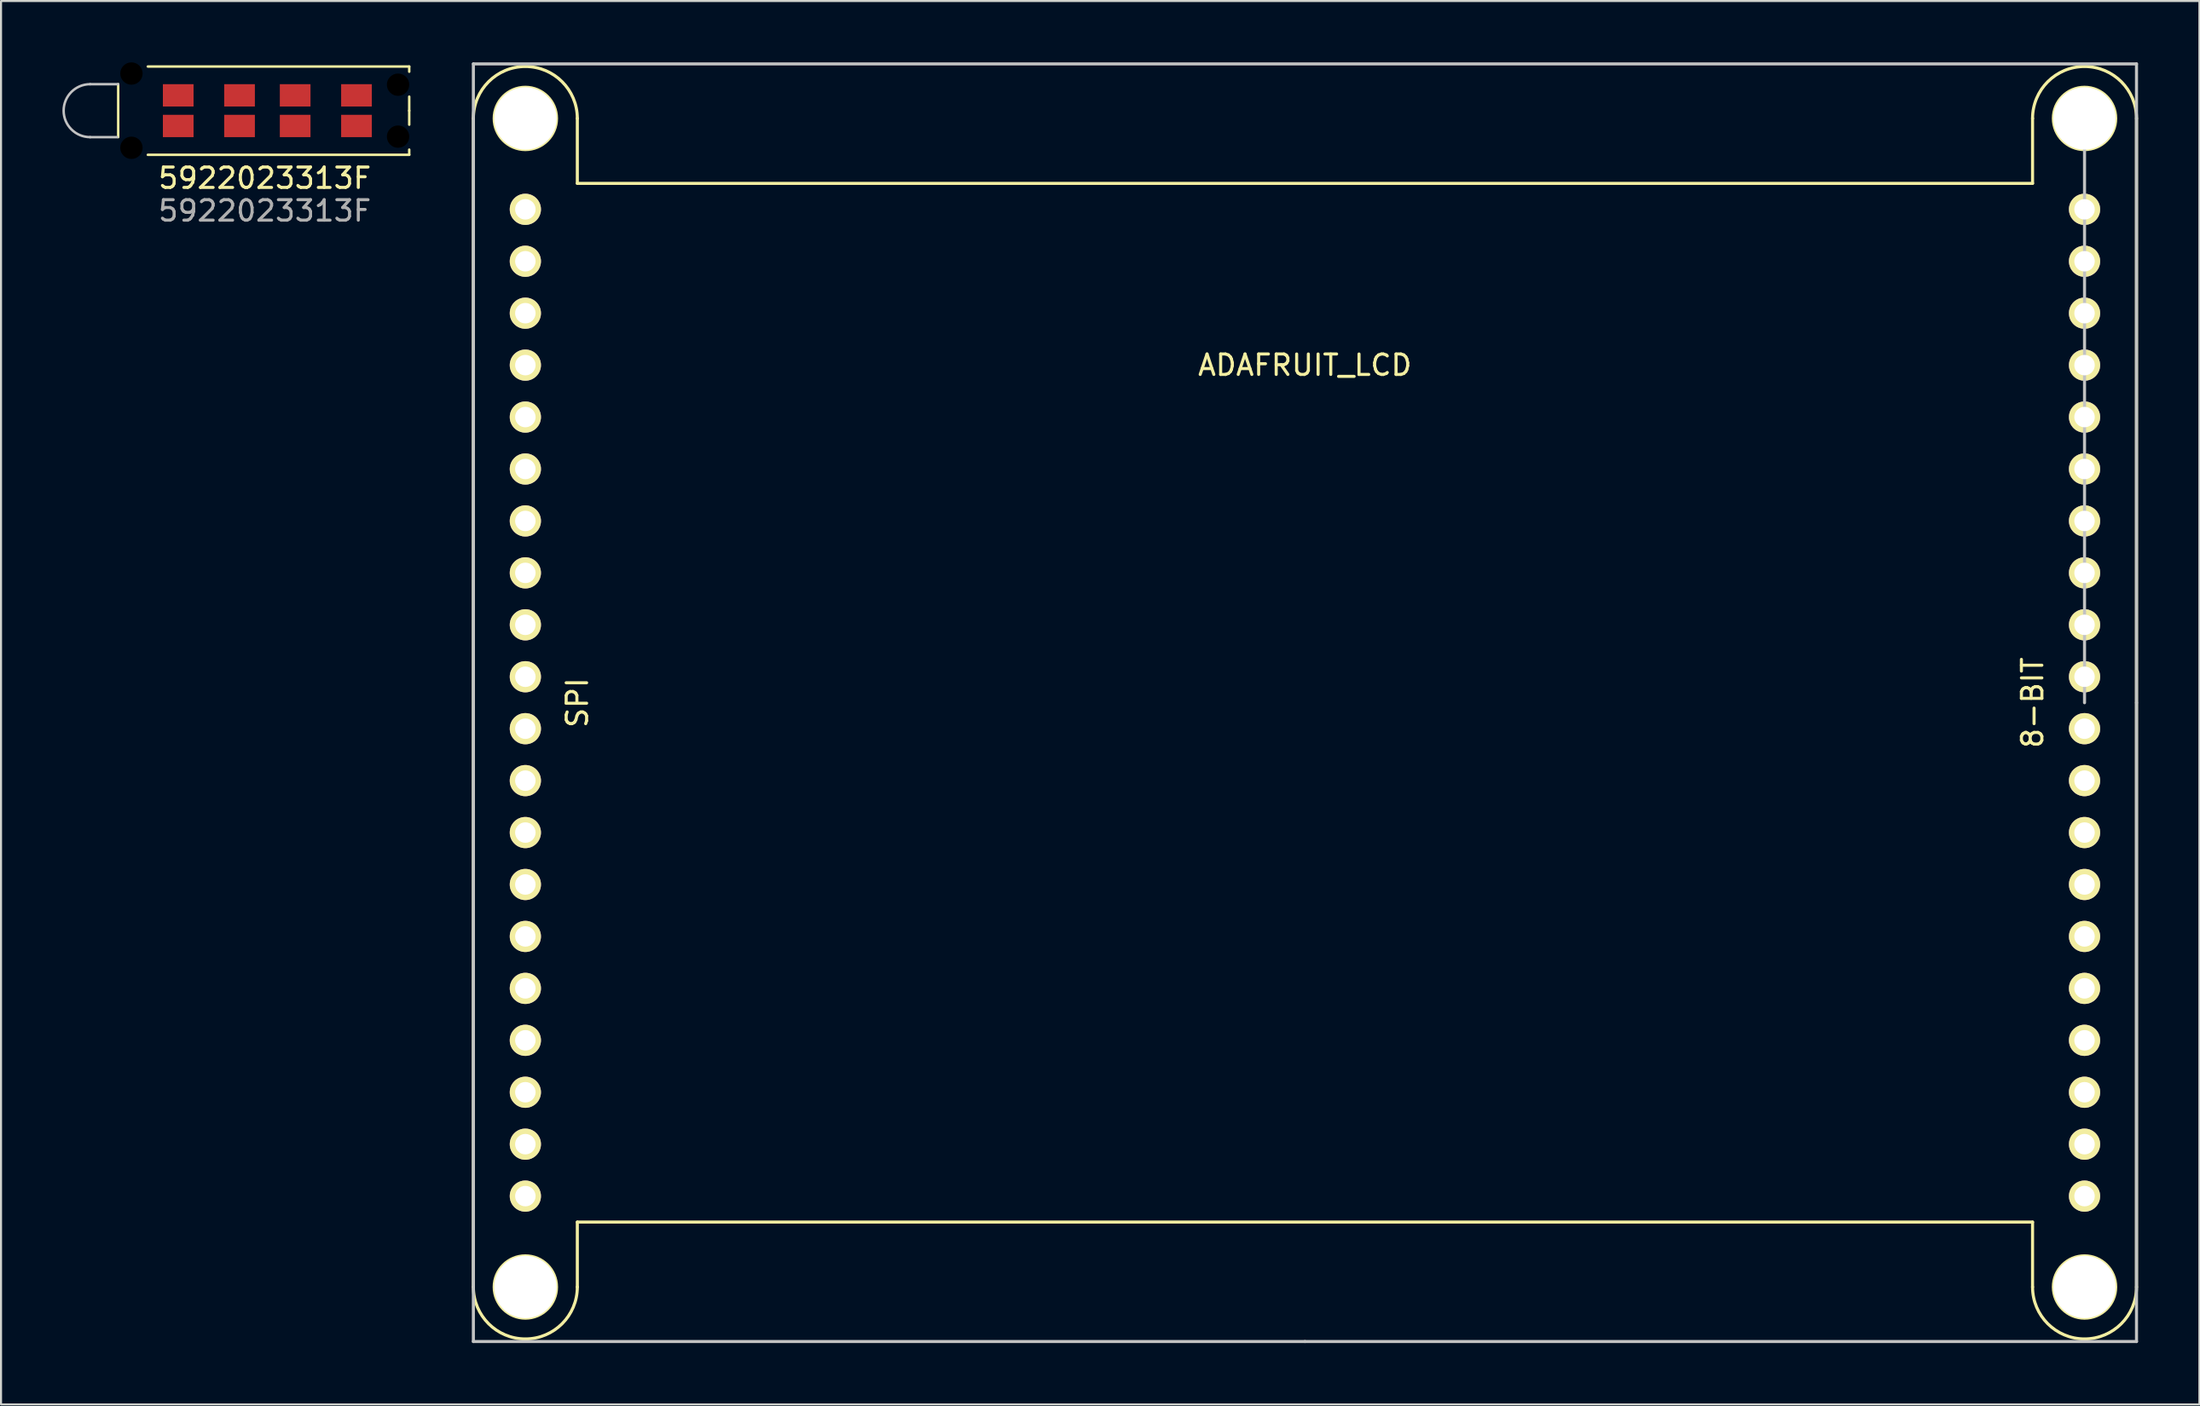
<source format=kicad_pcb>
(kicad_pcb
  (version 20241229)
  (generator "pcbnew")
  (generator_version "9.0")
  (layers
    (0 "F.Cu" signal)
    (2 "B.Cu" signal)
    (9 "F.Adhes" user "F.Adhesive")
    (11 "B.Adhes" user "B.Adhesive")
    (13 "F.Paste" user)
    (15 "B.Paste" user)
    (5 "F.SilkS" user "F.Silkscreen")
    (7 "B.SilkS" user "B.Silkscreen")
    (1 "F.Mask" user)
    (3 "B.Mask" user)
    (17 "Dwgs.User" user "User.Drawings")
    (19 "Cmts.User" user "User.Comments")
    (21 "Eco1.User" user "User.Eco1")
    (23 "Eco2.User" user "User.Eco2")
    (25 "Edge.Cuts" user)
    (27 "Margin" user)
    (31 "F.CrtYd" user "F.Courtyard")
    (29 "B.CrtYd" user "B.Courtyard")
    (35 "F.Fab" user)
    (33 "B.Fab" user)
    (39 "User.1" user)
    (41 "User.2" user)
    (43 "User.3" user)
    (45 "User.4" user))
  (footprint "5922023313F"
    (layer "F.Cu")
    (at 9.889 2.362)
    (property "Reference" "5922023313F" (at 0 3.3 0) (unlocked yes) (layer "F.SilkS") (effects (font (size 1 1) (thickness 0.15))))
    (fp_line (start -7.163 1.295) (end -7.163 -1.295) (stroke (width 0.12) (type solid)) (layer "F.SilkS"))
    (fp_line (start -5.715 -2.159) (end 7.061 -2.159) (stroke (width 0.12) (type solid)) (layer "F.SilkS"))
    (fp_line (start 7.061 -2.159) (end 7.061 -1.905) (stroke (width 0.12) (type solid)) (layer "F.SilkS"))
    (fp_line (start 7.061 0) (end 7.061 -0.686) (stroke (width 0.12) (type solid)) (layer "F.SilkS"))
    (fp_line (start 7.061 0) (end 7.061 0.686) (stroke (width 0.12) (type solid)) (layer "F.SilkS"))
    (fp_line (start 7.061 2.159) (end -5.715 2.159) (stroke (width 0.12) (type solid)) (layer "F.SilkS"))
    (fp_line (start 7.061 2.159) (end 7.061 1.905) (stroke (width 0.12) (type solid)) (layer "F.SilkS"))
    (fp_line (start -8.534 1.295) (end -7.2 1.295) (stroke (width 0.12) (type solid)) (layer "Dwgs.User"))
    (fp_line (start -7.163 -1.295) (end -8.534 -1.295) (stroke (width 0.12) (type solid)) (layer "Dwgs.User"))
    (fp_arc (start -8.534 1.295) (mid -9.829 0) (end -8.534 -1.295) (stroke (width 0.12) (type solid)) (layer "Dwgs.User"))
    (fp_text user "${REFERENCE}" (at 0 4.9 0) (unlocked yes) (layer "F.Fab") (effects (font (size 1 1) (thickness 0.15))))
    (pad "" np_thru_hole circle (at -6.515 -1.816) (size 1.092 1.092) (drill 1.092) (layers "*.Mask"))
    (pad "" np_thru_hole circle (at -6.515 1.816) (size 1.092 1.092) (drill 1.092) (layers "*.Mask"))
    (pad "" np_thru_hole circle (at 6.515 -1.27) (size 1.092 1.092) (drill 1.092) (layers "*.Mask"))
    (pad "" np_thru_hole circle (at 6.515 1.27) (size 1.092 1.092) (drill 1.092) (layers "*.Mask"))
    (pad "1" smd rect (at -1.232 0.749) (size 1.499 1.092) (layers "F.Cu" "F.Mask" "F.Paste"))
    (pad "2" smd rect (at -4.229 0.749) (size 1.499 1.092) (layers "F.Cu" "F.Mask" "F.Paste"))
    (pad "3" smd rect (at -1.232 -0.749) (size 1.499 1.092) (layers "F.Cu" "F.Mask" "F.Paste"))
    (pad "4" smd rect (at -4.229 -0.749) (size 1.499 1.092) (layers "F.Cu" "F.Mask" "F.Paste"))
    (pad "5" smd rect (at 4.483 0.749) (size 1.499 1.092) (layers "F.Cu" "F.Mask" "F.Paste"))
    (pad "6" smd rect (at 1.486 0.749) (size 1.499 1.092) (layers "F.Cu" "F.Mask" "F.Paste"))
    (pad "7" smd rect (at 4.483 -0.749) (size 1.499 1.092) (layers "F.Cu" "F.Mask" "F.Paste"))
    (pad "8" smd rect (at 1.486 -0.749) (size 1.499 1.092) (layers "F.Cu" "F.Mask" "F.Paste")))
  (footprint "ADAFRUIT_LCD"
    (layer "F.Cu")
    (at 60.725 31.317)
    (property "Reference" "ADAFRUIT_LCD" (at 0 -16.51 0) (layer "F.SilkS") (effects (font (size 1 1) (thickness 0.15))))
    (attr through_hole)
    (fp_line (start -40.64 -28.575) (end -40.64 28.575) (stroke (width 0.15) (type solid)) (layer "F.SilkS"))
    (fp_line (start -35.56 -28.575) (end -35.56 -25.4) (stroke (width 0.15) (type solid)) (layer "F.SilkS"))
    (fp_line (start -35.56 28.575) (end -35.56 25.4) (stroke (width 0.15) (type solid)) (layer "F.SilkS"))
    (fp_line (start 35.56 -28.575) (end 35.56 -25.4) (stroke (width 0.15) (type solid)) (layer "F.SilkS"))
    (fp_line (start 35.56 -25.4) (end -35.56 -25.4) (stroke (width 0.15) (type solid)) (layer "F.SilkS"))
    (fp_line (start 35.56 25.4) (end -35.56 25.4) (stroke (width 0.15) (type solid)) (layer "F.SilkS"))
    (fp_line (start 35.56 25.4) (end 35.56 28.575) (stroke (width 0.15) (type solid)) (layer "F.SilkS"))
    (fp_line (start 40.64 -28.575) (end 40.64 28.575) (stroke (width 0.15) (type solid)) (layer "F.SilkS"))
    (fp_arc (start -40.64 -28.575) (mid -38.1 -31.115) (end -35.56 -28.575) (stroke (width 0.15) (type solid)) (layer "F.SilkS"))
    (fp_arc (start -35.56 28.575) (mid -38.1 31.115) (end -40.64 28.575) (stroke (width 0.15) (type solid)) (layer "F.SilkS"))
    (fp_arc (start 35.56 -28.575) (mid 38.1 -31.115) (end 40.64 -28.575) (stroke (width 0.15) (type solid)) (layer "F.SilkS"))
    (fp_arc (start 40.64 28.575) (mid 38.1 31.115) (end 35.56 28.575) (stroke (width 0.15) (type solid)) (layer "F.SilkS"))
    (fp_circle (center -38.1 -28.575) (end -38.1 -30.099) (stroke (width 0.15) (type solid)) (fill no) (layer "F.SilkS"))
    (fp_circle (center -38.1 28.575) (end -38.1 27.051) (stroke (width 0.15) (type solid)) (fill no) (layer "F.SilkS"))
    (fp_circle (center 38.1 -28.575) (end 38.1 -30.099) (stroke (width 0.15) (type solid)) (fill no) (layer "F.SilkS"))
    (fp_circle (center 38.1 28.575) (end 38.1 27.051) (stroke (width 0.15) (type solid)) (fill no) (layer "F.SilkS"))
    (fp_line (start -40.64 -31.242) (end 40.64 -31.242) (stroke (width 0.15) (type solid)) (layer "Dwgs.User"))
    (fp_line (start -40.64 31.242) (end -40.64 -31.242) (stroke (width 0.15) (type solid)) (layer "Dwgs.User"))
    (fp_line (start 0 31.242) (end -40.64 31.242) (stroke (width 0.15) (type solid)) (layer "Dwgs.User"))
    (fp_line (start 0 31.242) (end 40.64 31.242) (stroke (width 0.15) (type solid)) (layer "Dwgs.User"))
    (fp_line (start 38.1 0) (end 38.1 -28.575) (stroke (width 0.15) (type solid)) (layer "Dwgs.User"))
    (fp_line (start 40.64 0) (end 40.64 -31.242) (stroke (width 0.15) (type solid)) (layer "Dwgs.User"))
    (fp_line (start 40.64 0) (end 40.64 31.242) (stroke (width 0.15) (type solid)) (layer "Dwgs.User"))
    (fp_text user "SPI" (at -35.56 0 270) (layer "F.SilkS") (effects (font (size 1 1) (thickness 0.15))))
    (fp_text user "8-BIT" (at 35.56 0 90) (layer "F.SilkS") (effects (font (size 1 1) (thickness 0.15))))
    (pad "1" thru_hole circle (at -38.1 -24.13) (size 1.524 1.524) (drill 1) (layers "*.Cu" "*.Mask" "F.SilkS"))
    (pad "2" thru_hole circle (at -38.1 -21.59) (size 1.524 1.524) (drill 1) (layers "*.Cu" "*.Mask" "F.SilkS"))
    (pad "3" thru_hole circle (at -38.1 -19.05) (size 1.524 1.524) (drill 1) (layers "*.Cu" "*.Mask" "F.SilkS"))
    (pad "4" thru_hole circle (at -38.1 -16.51) (size 1.524 1.524) (drill 1) (layers "*.Cu" "*.Mask" "F.SilkS"))
    (pad "5" thru_hole circle (at -38.1 -13.97) (size 1.524 1.524) (drill 1) (layers "*.Cu" "*.Mask" "F.SilkS"))
    (pad "6" thru_hole circle (at -38.1 -11.43) (size 1.524 1.524) (drill 1) (layers "*.Cu" "*.Mask" "F.SilkS"))
    (pad "7" thru_hole circle (at -38.1 -8.89) (size 1.524 1.524) (drill 1) (layers "*.Cu" "*.Mask" "F.SilkS"))
    (pad "8" thru_hole circle (at -38.1 -6.35) (size 1.524 1.524) (drill 1) (layers "*.Cu" "*.Mask" "F.SilkS"))
    (pad "9" thru_hole circle (at -38.1 -3.81) (size 1.524 1.524) (drill 1) (layers "*.Cu" "*.Mask" "F.SilkS"))
    (pad "10" thru_hole circle (at -38.1 -1.27) (size 1.524 1.524) (drill 1) (layers "*.Cu" "*.Mask" "F.SilkS"))
    (pad "11" thru_hole circle (at -38.1 1.27) (size 1.524 1.524) (drill 1) (layers "*.Cu" "*.Mask" "F.SilkS"))
    (pad "12" thru_hole circle (at -38.1 3.81) (size 1.524 1.524) (drill 1) (layers "*.Cu" "*.Mask" "F.SilkS"))
    (pad "13" thru_hole circle (at -38.1 6.35) (size 1.524 1.524) (drill 1) (layers "*.Cu" "*.Mask" "F.SilkS"))
    (pad "14" thru_hole circle (at -38.1 8.89) (size 1.524 1.524) (drill 1) (layers "*.Cu" "*.Mask" "F.SilkS"))
    (pad "15" thru_hole circle (at -38.1 11.43) (size 1.524 1.524) (drill 1) (layers "*.Cu" "*.Mask" "F.SilkS"))
    (pad "16" thru_hole circle (at -38.1 13.97) (size 1.524 1.524) (drill 1) (layers "*.Cu" "*.Mask" "F.SilkS"))
    (pad "17" thru_hole circle (at -38.1 16.51) (size 1.524 1.524) (drill 1) (layers "*.Cu" "*.Mask" "F.SilkS"))
    (pad "18" thru_hole circle (at -38.1 19.05) (size 1.524 1.524) (drill 1) (layers "*.Cu" "*.Mask" "F.SilkS"))
    (pad "19" thru_hole circle (at -38.1 21.59) (size 1.524 1.524) (drill 1) (layers "*.Cu" "*.Mask" "F.SilkS"))
    (pad "20" thru_hole circle (at -38.1 24.13) (size 1.524 1.524) (drill 1) (layers "*.Cu" "*.Mask" "F.SilkS"))
    (pad "21" thru_hole circle (at 38.1 24.13) (size 1.524 1.524) (drill 1) (layers "*.Cu" "*.Mask" "F.SilkS"))
    (pad "22" thru_hole circle (at 38.1 21.59) (size 1.524 1.524) (drill 1) (layers "*.Cu" "*.Mask" "F.SilkS"))
    (pad "23" thru_hole circle (at 38.1 19.05) (size 1.524 1.524) (drill 1) (layers "*.Cu" "*.Mask" "F.SilkS"))
    (pad "24" thru_hole circle (at 38.1 16.51) (size 1.524 1.524) (drill 1) (layers "*.Cu" "*.Mask" "F.SilkS"))
    (pad "25" thru_hole circle (at 38.1 13.97) (size 1.524 1.524) (drill 1) (layers "*.Cu" "*.Mask" "F.SilkS"))
    (pad "26" thru_hole circle (at 38.1 11.43) (size 1.524 1.524) (drill 1) (layers "*.Cu" "*.Mask" "F.SilkS"))
    (pad "27" thru_hole circle (at 38.1 8.89) (size 1.524 1.524) (drill 1) (layers "*.Cu" "*.Mask" "F.SilkS"))
    (pad "28" thru_hole circle (at 38.1 6.35) (size 1.524 1.524) (drill 1) (layers "*.Cu" "*.Mask" "F.SilkS"))
    (pad "29" thru_hole circle (at 38.1 3.81) (size 1.524 1.524) (drill 1) (layers "*.Cu" "*.Mask" "F.SilkS"))
    (pad "30" thru_hole circle (at 38.1 1.27) (size 1.524 1.524) (drill 1) (layers "*.Cu" "*.Mask" "F.SilkS"))
    (pad "31" thru_hole circle (at 38.1 -1.27) (size 1.524 1.524) (drill 1) (layers "*.Cu" "*.Mask" "F.SilkS"))
    (pad "32" thru_hole circle (at 38.1 -3.81) (size 1.524 1.524) (drill 1) (layers "*.Cu" "*.Mask" "F.SilkS"))
    (pad "33" thru_hole circle (at 38.1 -6.35) (size 1.524 1.524) (drill 1) (layers "*.Cu" "*.Mask" "F.SilkS"))
    (pad "34" thru_hole circle (at 38.1 -8.89) (size 1.524 1.524) (drill 1) (layers "*.Cu" "*.Mask" "F.SilkS"))
    (pad "35" thru_hole circle (at 38.1 -11.43) (size 1.524 1.524) (drill 1) (layers "*.Cu" "*.Mask" "F.SilkS"))
    (pad "36" thru_hole circle (at 38.1 -13.97) (size 1.524 1.524) (drill 1) (layers "*.Cu" "*.Mask" "F.SilkS"))
    (pad "37" thru_hole circle (at 38.1 -16.51) (size 1.524 1.524) (drill 1) (layers "*.Cu" "*.Mask" "F.SilkS"))
    (pad "38" thru_hole circle (at 38.1 -19.05) (size 1.524 1.524) (drill 1) (layers "*.Cu" "*.Mask" "F.SilkS"))
    (pad "39" thru_hole circle (at 38.1 -21.59) (size 1.524 1.524) (drill 1) (layers "*.Cu" "*.Mask" "F.SilkS"))
    (pad "40" thru_hole circle (at 38.1 -24.13) (size 1.524 1.524) (drill 1) (layers "*.Cu" "*.Mask" "F.SilkS"))
    (pad "MECH" thru_hole circle (at -38.1 -28.575) (size 3.048 3.048) (drill 3.048) (layers "*.Cu" "*.Mask" "F.SilkS"))
    (pad "MECH" thru_hole circle (at -38.1 28.575) (size 3.048 3.048) (drill 3.048) (layers "*.Cu" "*.Mask" "F.SilkS"))
    (pad "MECH" thru_hole circle (at 38.1 -28.575) (size 3.048 3.048) (drill 3.048) (layers "*.Cu" "*.Mask" "F.SilkS"))
    (pad "MECH" thru_hole circle (at 38.1 28.575) (size 3.048 3.048) (drill 3.048) (layers "*.Cu" "*.Mask" "F.SilkS")))
  (gr_rect
    (start -3 -3)
    (end 104.44 65.634)
    (stroke (width 0.1) (type default))
    (fill no)
    (layer "Edge.Cuts")))
</source>
